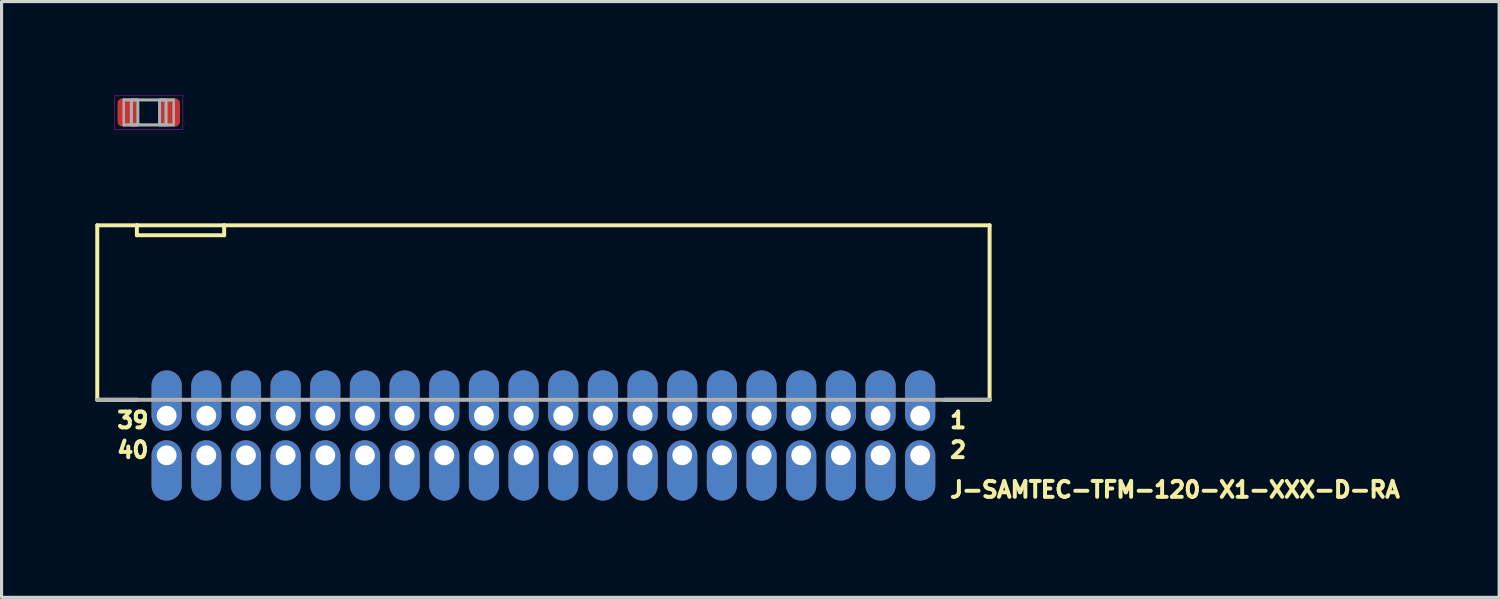
<source format=kicad_pcb>
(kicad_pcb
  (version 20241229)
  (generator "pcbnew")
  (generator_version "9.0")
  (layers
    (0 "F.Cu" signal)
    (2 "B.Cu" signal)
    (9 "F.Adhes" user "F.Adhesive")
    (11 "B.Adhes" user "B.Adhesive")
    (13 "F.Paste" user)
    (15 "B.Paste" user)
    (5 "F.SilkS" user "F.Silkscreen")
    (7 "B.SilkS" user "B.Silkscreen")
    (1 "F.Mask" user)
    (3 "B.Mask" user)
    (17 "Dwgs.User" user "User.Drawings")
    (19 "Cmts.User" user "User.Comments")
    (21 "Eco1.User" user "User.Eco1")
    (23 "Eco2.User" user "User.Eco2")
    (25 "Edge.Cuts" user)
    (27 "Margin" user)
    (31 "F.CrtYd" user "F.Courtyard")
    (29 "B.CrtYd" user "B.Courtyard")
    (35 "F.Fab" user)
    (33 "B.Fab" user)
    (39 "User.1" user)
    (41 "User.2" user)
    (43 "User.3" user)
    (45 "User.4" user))
  (footprint "J-SAMTEC-TFM-120-X1-XXX-D-RA"
    (layer "F.Cu")
    (at 14.351 10.895)
    (property "Reference" "J-SAMTEC-TFM-120-X1-XXX-D-RA" (at 12.954 2.032 0) (layer "F.SilkS") (effects (font (size 0.508 0.508) (thickness 0.127)) (justify left bottom)))
    (fp_line (start -14.287 -6.731) (end -13.018 -6.731) (stroke (width 0.127) (type solid)) (layer "F.SilkS"))
    (fp_line (start -14.287 -1.143) (end -14.287 -6.731) (stroke (width 0.127) (type solid)) (layer "F.SilkS"))
    (fp_line (start -14.287 -1.143) (end -13.018 -1.143) (stroke (width 0.127) (type solid)) (layer "F.SilkS"))
    (fp_line (start -13.018 -6.731) (end -13.018 -6.413) (stroke (width 0.127) (type solid)) (layer "F.SilkS"))
    (fp_line (start -13.018 -6.731) (end -10.223 -6.731) (stroke (width 0.127) (type solid)) (layer "F.SilkS"))
    (fp_line (start -13.018 -6.413) (end -10.223 -6.413) (stroke (width 0.127) (type solid)) (layer "F.SilkS"))
    (fp_line (start -10.223 -6.731) (end 14.287 -6.731) (stroke (width 0.127) (type solid)) (layer "F.SilkS"))
    (fp_line (start -10.223 -6.413) (end -10.223 -6.731) (stroke (width 0.127) (type solid)) (layer "F.SilkS"))
    (fp_line (start 12.827 -1.143) (end 14.287 -1.143) (stroke (width 0.127) (type solid)) (layer "F.SilkS"))
    (fp_line (start 14.287 -6.731) (end 14.287 -1.143) (stroke (width 0.127) (type solid)) (layer "F.SilkS"))
    (fp_line (start -14.287 -1.143) (end -13.018 -1.143) (stroke (width 0.127) (type solid)) (layer "F.Fab"))
    (fp_line (start -13.018 -1.143) (end -10.223 -1.143) (stroke (width 0.127) (type solid)) (layer "F.Fab"))
    (fp_line (start -10.223 -1.143) (end 14.287 -1.143) (stroke (width 0.127) (type solid)) (layer "F.Fab"))
    (fp_text user "39" (at -13.716 -0.191 0) (layer "F.SilkS") (effects (font (size 0.508 0.508) (thickness 0.127)) (justify left bottom)))
    (fp_text user "1" (at 12.954 -0.191 0) (layer "F.SilkS") (effects (font (size 0.508 0.508) (thickness 0.127)) (justify left bottom)))
    (fp_text user "40" (at -13.716 0.762 0) (layer "F.SilkS") (effects (font (size 0.508 0.508) (thickness 0.127)) (justify left bottom)))
    (fp_text user "2" (at 12.954 0.762 0) (layer "F.SilkS") (effects (font (size 0.508 0.508) (thickness 0.127)) (justify left bottom)))
    (pad "1" thru_hole oval (at 12.065 -0.635 90) (size 1.93 0.965) (drill 0.635 (offset 0.483 0)) (layers "*.Cu" "*.Mask"))
    (pad "2" thru_hole oval (at 12.065 0.635 270) (size 1.93 0.965) (drill 0.635 (offset 0.483 0)) (layers "*.Cu" "*.Mask"))
    (pad "3" thru_hole oval (at 10.795 -0.635 90) (size 1.93 0.965) (drill 0.635 (offset 0.483 0)) (layers "*.Cu" "*.Mask"))
    (pad "4" thru_hole oval (at 10.795 0.635 270) (size 1.93 0.965) (drill 0.635 (offset 0.483 0)) (layers "*.Cu" "*.Mask"))
    (pad "5" thru_hole oval (at 9.525 -0.635 90) (size 1.93 0.965) (drill 0.635 (offset 0.483 0)) (layers "*.Cu" "*.Mask"))
    (pad "6" thru_hole oval (at 9.525 0.635 270) (size 1.93 0.965) (drill 0.635 (offset 0.483 0)) (layers "*.Cu" "*.Mask"))
    (pad "7" thru_hole oval (at 8.255 -0.635 90) (size 1.93 0.965) (drill 0.635 (offset 0.483 0)) (layers "*.Cu" "*.Mask"))
    (pad "8" thru_hole oval (at 8.255 0.635 270) (size 1.93 0.965) (drill 0.635 (offset 0.483 0)) (layers "*.Cu" "*.Mask"))
    (pad "9" thru_hole oval (at 6.985 -0.635 90) (size 1.93 0.965) (drill 0.635 (offset 0.483 0)) (layers "*.Cu" "*.Mask"))
    (pad "10" thru_hole oval (at 6.985 0.635 270) (size 1.93 0.965) (drill 0.635 (offset 0.483 0)) (layers "*.Cu" "*.Mask"))
    (pad "11" thru_hole oval (at 5.715 -0.635 90) (size 1.93 0.965) (drill 0.635 (offset 0.483 0)) (layers "*.Cu" "*.Mask"))
    (pad "12" thru_hole oval (at 5.715 0.635 270) (size 1.93 0.965) (drill 0.635 (offset 0.483 0)) (layers "*.Cu" "*.Mask"))
    (pad "13" thru_hole oval (at 4.445 -0.635 90) (size 1.93 0.965) (drill 0.635 (offset 0.483 0)) (layers "*.Cu" "*.Mask"))
    (pad "14" thru_hole oval (at 4.445 0.635 270) (size 1.93 0.965) (drill 0.635 (offset 0.483 0)) (layers "*.Cu" "*.Mask"))
    (pad "15" thru_hole oval (at 3.175 -0.635 90) (size 1.93 0.965) (drill 0.635 (offset 0.483 0)) (layers "*.Cu" "*.Mask"))
    (pad "16" thru_hole oval (at 3.175 0.635 270) (size 1.93 0.965) (drill 0.635 (offset 0.483 0)) (layers "*.Cu" "*.Mask"))
    (pad "17" thru_hole oval (at 1.905 -0.635 90) (size 1.93 0.965) (drill 0.635 (offset 0.483 0)) (layers "*.Cu" "*.Mask"))
    (pad "18" thru_hole oval (at 1.905 0.635 270) (size 1.93 0.965) (drill 0.635 (offset 0.483 0)) (layers "*.Cu" "*.Mask"))
    (pad "19" thru_hole oval (at 0.635 -0.635 90) (size 1.93 0.965) (drill 0.635 (offset 0.483 0)) (layers "*.Cu" "*.Mask"))
    (pad "20" thru_hole oval (at 0.635 0.635 270) (size 1.93 0.965) (drill 0.635 (offset 0.483 0)) (layers "*.Cu" "*.Mask"))
    (pad "21" thru_hole oval (at -0.635 -0.635 90) (size 1.93 0.965) (drill 0.635 (offset 0.483 0)) (layers "*.Cu" "*.Mask"))
    (pad "22" thru_hole oval (at -0.635 0.635 270) (size 1.93 0.965) (drill 0.635 (offset 0.483 0)) (layers "*.Cu" "*.Mask"))
    (pad "23" thru_hole oval (at -1.905 -0.635 90) (size 1.93 0.965) (drill 0.635 (offset 0.483 0)) (layers "*.Cu" "*.Mask"))
    (pad "24" thru_hole oval (at -1.905 0.635 270) (size 1.93 0.965) (drill 0.635 (offset 0.483 0)) (layers "*.Cu" "*.Mask"))
    (pad "25" thru_hole oval (at -3.175 -0.635 90) (size 1.93 0.965) (drill 0.635 (offset 0.483 0)) (layers "*.Cu" "*.Mask"))
    (pad "26" thru_hole oval (at -3.175 0.635 270) (size 1.93 0.965) (drill 0.635 (offset 0.483 0)) (layers "*.Cu" "*.Mask"))
    (pad "27" thru_hole oval (at -4.445 -0.635 90) (size 1.93 0.965) (drill 0.635 (offset 0.483 0)) (layers "*.Cu" "*.Mask"))
    (pad "28" thru_hole oval (at -4.445 0.635 270) (size 1.93 0.965) (drill 0.635 (offset 0.483 0)) (layers "*.Cu" "*.Mask"))
    (pad "29" thru_hole oval (at -5.715 -0.635 90) (size 1.93 0.965) (drill 0.635 (offset 0.483 0)) (layers "*.Cu" "*.Mask"))
    (pad "30" thru_hole oval (at -5.715 0.635 270) (size 1.93 0.965) (drill 0.635 (offset 0.483 0)) (layers "*.Cu" "*.Mask"))
    (pad "31" thru_hole oval (at -6.985 -0.635 90) (size 1.93 0.965) (drill 0.635 (offset 0.483 0)) (layers "*.Cu" "*.Mask"))
    (pad "32" thru_hole oval (at -6.985 0.635 270) (size 1.93 0.965) (drill 0.635 (offset 0.483 0)) (layers "*.Cu" "*.Mask"))
    (pad "33" thru_hole oval (at -8.255 -0.635 90) (size 1.93 0.965) (drill 0.635 (offset 0.483 0)) (layers "*.Cu" "*.Mask"))
    (pad "34" thru_hole oval (at -8.255 0.635 270) (size 1.93 0.965) (drill 0.635 (offset 0.483 0)) (layers "*.Cu" "*.Mask"))
    (pad "35" thru_hole oval (at -9.525 -0.635 90) (size 1.93 0.965) (drill 0.635 (offset 0.483 0)) (layers "*.Cu" "*.Mask"))
    (pad "36" thru_hole oval (at -9.525 0.635 270) (size 1.93 0.965) (drill 0.635 (offset 0.483 0)) (layers "*.Cu" "*.Mask"))
    (pad "37" thru_hole oval (at -10.795 -0.635 90) (size 1.93 0.965) (drill 0.635 (offset 0.483 0)) (layers "*.Cu" "*.Mask"))
    (pad "38" thru_hole oval (at -10.795 0.635 270) (size 1.93 0.965) (drill 0.635 (offset 0.483 0)) (layers "*.Cu" "*.Mask"))
    (pad "39" thru_hole oval (at -12.065 -0.635 90) (size 1.93 0.965) (drill 0.635 (offset 0.483 0)) (layers "*.Cu" "*.Mask"))
    (pad "40" thru_hole oval (at -12.065 0.635 270) (size 1.93 0.965) (drill 0.635 (offset 0.483 0)) (layers "*.Cu" "*.Mask")))
  (footprint ".0603-C-NOSILK"
    (layer "F.Cu")
    (at 1.712 0.55)
    (property "Reference" ".0603-C-NOSILK" (at 0 0 0) (layer "F.Mask") (effects (font (size 0.255 0.255) (thickness 0.045))))
    (fp_line (start -0.845 -0.295) (end -0.845 0.295) (stroke (width 0.43) (type solid)) (layer "F.Mask"))
    (fp_line (start -0.8 0.41) (end -0.8 -0.41) (stroke (width 0.08) (type solid)) (layer "F.Mask"))
    (fp_line (start -0.79 -0.4) (end 0.79 -0.4) (stroke (width 0.1) (type solid)) (layer "F.Mask"))
    (fp_line (start -0.555 -0.295) (end -0.845 -0.295) (stroke (width 0.43) (type solid)) (layer "F.Mask"))
    (fp_line (start -0.555 -0.295) (end -0.555 0.295) (stroke (width 0.43) (type solid)) (layer "F.Mask"))
    (fp_line (start -0.555 0.295) (end -0.845 0.295) (stroke (width 0.43) (type solid)) (layer "F.Mask"))
    (fp_line (start 0.555 -0.295) (end 0.555 0.295) (stroke (width 0.43) (type solid)) (layer "F.Mask"))
    (fp_line (start 0.79 0.4) (end -0.79 0.4) (stroke (width 0.1) (type solid)) (layer "F.Mask"))
    (fp_line (start 0.8 -0.41) (end 0.8 0.41) (stroke (width 0.08) (type solid)) (layer "F.Mask"))
    (fp_line (start 0.845 -0.295) (end 0.555 -0.295) (stroke (width 0.43) (type solid)) (layer "F.Mask"))
    (fp_line (start 0.845 -0.295) (end 0.845 0.295) (stroke (width 0.43) (type solid)) (layer "F.Mask"))
    (fp_line (start 0.845 0.295) (end 0.555 0.295) (stroke (width 0.43) (type solid)) (layer "F.Mask"))
    (fp_line (start -1.095 -0.545) (end -1.095 0.545) (stroke (width 0.01) (type solid)) (layer "F.CrtYd"))
    (fp_line (start -1.095 0.545) (end 1.095 0.545) (stroke (width 0.01) (type solid)) (layer "F.CrtYd"))
    (fp_line (start 1.095 -0.545) (end -1.095 -0.545) (stroke (width 0.01) (type solid)) (layer "F.CrtYd"))
    (fp_line (start 1.095 0.545) (end 1.095 -0.545) (stroke (width 0.01) (type solid)) (layer "F.CrtYd"))
    (fp_line (start -0.8 0.41) (end -0.8 -0.41) (stroke (width 0.08) (type solid)) (layer "F.Fab"))
    (fp_line (start -0.79 -0.4) (end 0.79 -0.4) (stroke (width 0.1) (type solid)) (layer "F.Fab"))
    (fp_line (start 0.79 0.4) (end -0.79 0.4) (stroke (width 0.1) (type solid)) (layer "F.Fab"))
    (fp_line (start 0.8 -0.41) (end 0.8 0.41) (stroke (width 0.08) (type solid)) (layer "F.Fab"))
    (fp_poly (pts (xy -0.555 0.4) (xy -0.35 0.4) (xy -0.35 -0.4) (xy -0.555 -0.4)) (stroke (width 0.1) (type solid)) (fill no) (layer "F.Fab"))
    (fp_poly (pts (xy 0.35 0.4) (xy 0.555 0.4) (xy 0.555 -0.4) (xy 0.35 -0.4)) (stroke (width 0.1) (type solid)) (fill no) (layer "F.Fab"))
    (pad "1" smd roundrect (at -0.7 0) (size 0.6 0.9) (layers "F.Cu" "F.Paste") (roundrect_rratio 0.25))
    (pad "2" smd roundrect (at 0.7 0) (size 0.6 0.9) (layers "F.Cu" "F.Paste") (roundrect_rratio 0.25)))
  (gr_rect
    (start -3 -3)
    (end 44.954 16.078)
    (stroke (width 0.1) (type default))
    (fill no)
    (layer "Edge.Cuts")))
</source>
